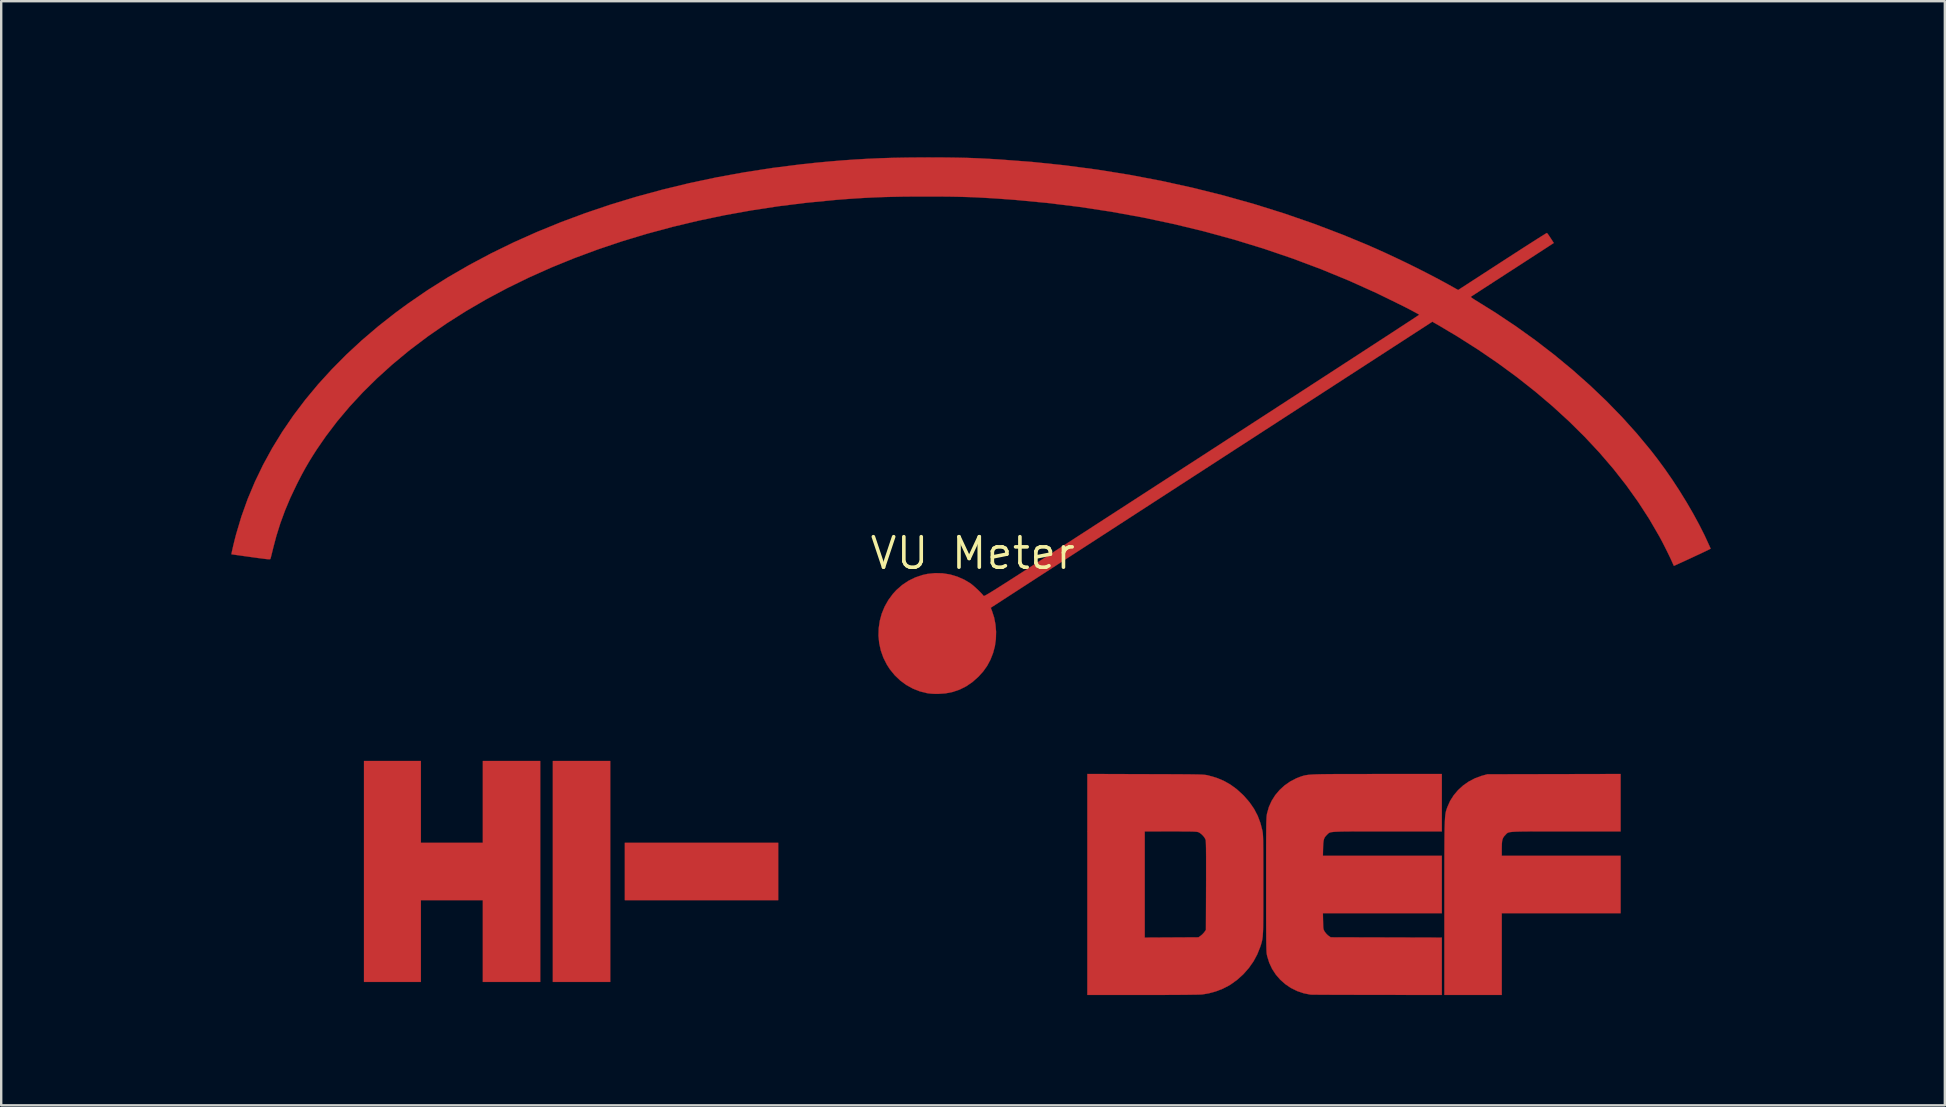
<source format=kicad_pcb>
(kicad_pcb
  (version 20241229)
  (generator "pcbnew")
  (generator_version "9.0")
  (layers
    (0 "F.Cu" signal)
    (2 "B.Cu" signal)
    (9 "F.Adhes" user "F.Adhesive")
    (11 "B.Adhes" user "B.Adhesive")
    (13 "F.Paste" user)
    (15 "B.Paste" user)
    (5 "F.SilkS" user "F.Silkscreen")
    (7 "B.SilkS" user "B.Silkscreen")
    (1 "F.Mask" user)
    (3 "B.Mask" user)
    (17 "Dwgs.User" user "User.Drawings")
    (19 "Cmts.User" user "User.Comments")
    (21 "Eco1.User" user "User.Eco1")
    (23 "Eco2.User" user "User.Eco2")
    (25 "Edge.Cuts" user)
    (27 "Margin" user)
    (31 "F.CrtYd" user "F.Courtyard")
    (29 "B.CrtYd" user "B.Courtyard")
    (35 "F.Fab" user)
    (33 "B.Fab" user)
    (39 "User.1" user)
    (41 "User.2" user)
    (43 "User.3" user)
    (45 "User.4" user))
  (footprint "VU Meter"
    (layer "F.Cu")
    (at 37.491 20.008)
    (property "Reference" "VU Meter" (at 0 0 0) (layer "F.SilkS") (effects (font (size 1.27 1.27) (thickness 0.15))))
    (attr through_hole)
    (fp_poly (pts (xy -15.108 17.865) (xy -17.5 17.865) (xy -17.5 8.657) (xy -15.108 8.657) (xy -15.108 17.865)) (stroke (width 0.01) (type solid)) (fill yes) (layer "F.Cu"))
    (fp_poly (pts (xy -8.108 14.457) (xy -14.5 14.457) (xy -14.5 12.065) (xy -8.108 12.065) (xy -8.108 14.457)) (stroke (width 0.01) (type solid)) (fill yes) (layer "F.Cu"))
    (fp_poly (pts (xy -23 12.065) (xy -20.418 12.065) (xy -20.418 8.657) (xy -18.026 8.657) (xy -18.026 17.865) (xy -20.418 17.865) (xy -20.418 14.457) (xy -23 14.457) (xy -23 17.865) (xy -25.371 17.865) (xy -25.371 8.657) (xy -23 8.657) (xy -23 12.065)) (stroke (width 0.01) (type solid)) (fill yes) (layer "F.Cu"))
    (fp_poly (pts (xy 27 11.592) (xy 24.712 11.592) (xy 24.345 11.592) (xy 24.018 11.592) (xy 23.728 11.592) (xy 23.473 11.592) (xy 23.251 11.593) (xy 23.059 11.594) (xy 22.895 11.596) (xy 22.757 11.599) (xy 22.641 11.602) (xy 22.546 11.607) (xy 22.469 11.613) (xy 22.408 11.62) (xy 22.36 11.629) (xy 22.323 11.639) (xy 22.294 11.651) (xy 22.272 11.666) (xy 22.252 11.682) (xy 22.235 11.7) (xy 22.216 11.721) (xy 22.2 11.737) (xy 22.145 11.797) (xy 22.105 11.857) (xy 22.078 11.924) (xy 22.06 12.007) (xy 22.051 12.114) (xy 22.048 12.253) (xy 22.047 12.296) (xy 22.047 12.608) (xy 27 12.608) (xy 27 15) (xy 22.047 15) (xy 22.047 18.408) (xy 19.655 18.408) (xy 19.655 14.783) (xy 19.655 14.309) (xy 19.655 13.876) (xy 19.655 13.481) (xy 19.656 13.122) (xy 19.656 12.798) (xy 19.657 12.506) (xy 19.658 12.245) (xy 19.659 12.013) (xy 19.661 11.807) (xy 19.663 11.625) (xy 19.666 11.467) (xy 19.67 11.329) (xy 19.674 11.21) (xy 19.679 11.108) (xy 19.684 11.021) (xy 19.691 10.946) (xy 19.698 10.882) (xy 19.706 10.828) (xy 19.716 10.78) (xy 19.726 10.737) (xy 19.738 10.698) (xy 19.751 10.659) (xy 19.765 10.62) (xy 19.78 10.578) (xy 19.782 10.573) (xy 19.895 10.32) (xy 20.045 10.084) (xy 20.227 9.869) (xy 20.438 9.677) (xy 20.673 9.512) (xy 20.93 9.378) (xy 21.202 9.278) (xy 21.235 9.269) (xy 21.444 9.211) (xy 27 9.199) (xy 27 11.592)) (stroke (width 0.01) (type solid)) (fill yes) (layer "F.Cu"))
    (fp_poly (pts (xy 7.193 9.206) (xy 7.565 9.207) (xy 7.896 9.208) (xy 8.19 9.209) (xy 8.449 9.21) (xy 8.676 9.211) (xy 8.872 9.213) (xy 9.042 9.214) (xy 9.186 9.216) (xy 9.308 9.218) (xy 9.41 9.22) (xy 9.495 9.223) (xy 9.564 9.226) (xy 9.621 9.23) (xy 9.668 9.234) (xy 9.707 9.239) (xy 9.741 9.244) (xy 9.773 9.25) (xy 9.804 9.257) (xy 9.817 9.26) (xy 10.144 9.353) (xy 10.448 9.477) (xy 10.732 9.636) (xy 11.001 9.832) (xy 11.259 10.067) (xy 11.306 10.114) (xy 11.534 10.377) (xy 11.723 10.65) (xy 11.874 10.938) (xy 11.99 11.245) (xy 12.071 11.56) (xy 12.077 11.594) (xy 12.083 11.631) (xy 12.088 11.673) (xy 12.092 11.722) (xy 12.096 11.783) (xy 12.099 11.856) (xy 12.102 11.946) (xy 12.104 12.055) (xy 12.105 12.185) (xy 12.107 12.339) (xy 12.108 12.52) (xy 12.108 12.73) (xy 12.109 12.973) (xy 12.109 13.251) (xy 12.109 13.567) (xy 12.109 13.815) (xy 12.109 14.167) (xy 12.109 14.479) (xy 12.109 14.755) (xy 12.108 14.997) (xy 12.107 15.208) (xy 12.105 15.39) (xy 12.103 15.547) (xy 12.1 15.682) (xy 12.095 15.796) (xy 12.089 15.894) (xy 12.083 15.977) (xy 12.074 16.048) (xy 12.064 16.111) (xy 12.052 16.168) (xy 12.039 16.222) (xy 12.023 16.276) (xy 12.005 16.332) (xy 11.985 16.394) (xy 11.98 16.408) (xy 11.858 16.715) (xy 11.699 17.01) (xy 11.504 17.287) (xy 11.279 17.542) (xy 11.026 17.772) (xy 10.75 17.971) (xy 10.678 18.015) (xy 10.416 18.15) (xy 10.131 18.26) (xy 9.835 18.341) (xy 9.569 18.386) (xy 9.516 18.389) (xy 9.422 18.393) (xy 9.289 18.396) (xy 9.119 18.398) (xy 8.913 18.401) (xy 8.673 18.403) (xy 8.401 18.405) (xy 8.099 18.406) (xy 7.768 18.407) (xy 7.41 18.407) (xy 7.077 18.408) (xy 4.775 18.408) (xy 4.775 16.017) (xy 7.167 16.017) (xy 8.287 16.011) (xy 9.407 16.005) (xy 9.498 15.941) (xy 9.568 15.882) (xy 9.634 15.811) (xy 9.653 15.786) (xy 9.717 15.695) (xy 9.724 13.86) (xy 9.725 13.503) (xy 9.725 13.186) (xy 9.725 12.908) (xy 9.725 12.669) (xy 9.723 12.466) (xy 9.722 12.298) (xy 9.719 12.165) (xy 9.716 12.063) (xy 9.712 11.993) (xy 9.708 11.952) (xy 9.706 11.945) (xy 9.668 11.865) (xy 9.604 11.779) (xy 9.524 11.701) (xy 9.442 11.642) (xy 9.421 11.632) (xy 9.4 11.623) (xy 9.374 11.616) (xy 9.341 11.61) (xy 9.297 11.605) (xy 9.237 11.601) (xy 9.159 11.598) (xy 9.058 11.596) (xy 8.931 11.594) (xy 8.774 11.594) (xy 8.584 11.593) (xy 8.357 11.593) (xy 8.252 11.593) (xy 7.167 11.592) (xy 7.167 16.017) (xy 4.775 16.017) (xy 4.775 9.198) (xy 7.193 9.206)) (stroke (width 0.01) (type solid)) (fill yes) (layer "F.Cu"))
    (fp_poly (pts (xy 19.549 11.592) (xy 17.273 11.592) (xy 16.906 11.592) (xy 16.58 11.592) (xy 16.29 11.592) (xy 16.036 11.592) (xy 15.814 11.593) (xy 15.623 11.594) (xy 15.459 11.596) (xy 15.32 11.599) (xy 15.205 11.603) (xy 15.11 11.607) (xy 15.033 11.613) (xy 14.972 11.62) (xy 14.924 11.628) (xy 14.887 11.638) (xy 14.858 11.65) (xy 14.836 11.664) (xy 14.816 11.679) (xy 14.798 11.696) (xy 14.779 11.716) (xy 14.769 11.726) (xy 14.712 11.785) (xy 14.67 11.842) (xy 14.64 11.906) (xy 14.621 11.984) (xy 14.609 12.085) (xy 14.602 12.216) (xy 14.6 12.285) (xy 14.593 12.608) (xy 19.549 12.608) (xy 19.549 15) (xy 14.593 15) (xy 14.6 15.335) (xy 14.603 15.461) (xy 14.606 15.554) (xy 14.611 15.62) (xy 14.62 15.668) (xy 14.633 15.706) (xy 14.652 15.742) (xy 14.671 15.774) (xy 14.726 15.847) (xy 14.793 15.915) (xy 14.826 15.941) (xy 14.917 16.005) (xy 17.233 16.011) (xy 19.549 16.017) (xy 19.549 18.408) (xy 16.845 18.405) (xy 16.509 18.404) (xy 16.184 18.404) (xy 15.873 18.403) (xy 15.578 18.402) (xy 15.302 18.401) (xy 15.047 18.401) (xy 14.816 18.4) (xy 14.612 18.399) (xy 14.436 18.398) (xy 14.293 18.397) (xy 14.184 18.396) (xy 14.111 18.395) (xy 14.079 18.394) (xy 14.078 18.394) (xy 13.789 18.337) (xy 13.515 18.244) (xy 13.26 18.117) (xy 13.025 17.958) (xy 12.814 17.771) (xy 12.63 17.558) (xy 12.476 17.322) (xy 12.356 17.066) (xy 12.271 16.792) (xy 12.256 16.718) (xy 12.251 16.689) (xy 12.247 16.65) (xy 12.244 16.597) (xy 12.24 16.53) (xy 12.238 16.446) (xy 12.235 16.343) (xy 12.233 16.218) (xy 12.231 16.07) (xy 12.23 15.897) (xy 12.229 15.696) (xy 12.228 15.465) (xy 12.227 15.203) (xy 12.226 14.907) (xy 12.226 14.575) (xy 12.226 14.204) (xy 12.226 13.797) (xy 12.226 13.397) (xy 12.226 13.037) (xy 12.226 12.715) (xy 12.227 12.428) (xy 12.227 12.175) (xy 12.228 11.953) (xy 12.229 11.759) (xy 12.23 11.591) (xy 12.231 11.447) (xy 12.233 11.326) (xy 12.235 11.223) (xy 12.238 11.138) (xy 12.241 11.068) (xy 12.244 11.01) (xy 12.248 10.962) (xy 12.252 10.923) (xy 12.257 10.889) (xy 12.262 10.859) (xy 12.266 10.84) (xy 12.342 10.572) (xy 12.457 10.317) (xy 12.606 10.081) (xy 12.788 9.865) (xy 12.998 9.673) (xy 13.234 9.509) (xy 13.493 9.375) (xy 13.654 9.313) (xy 13.701 9.297) (xy 13.745 9.283) (xy 13.789 9.27) (xy 13.836 9.259) (xy 13.887 9.249) (xy 13.946 9.24) (xy 14.013 9.232) (xy 14.093 9.225) (xy 14.186 9.22) (xy 14.295 9.215) (xy 14.424 9.211) (xy 14.573 9.208) (xy 14.746 9.206) (xy 14.944 9.204) (xy 15.17 9.202) (xy 15.426 9.202) (xy 15.715 9.201) (xy 16.039 9.201) (xy 16.401 9.201) (xy 16.801 9.2) (xy 16.877 9.2) (xy 19.549 9.2) (xy 19.549 11.592)) (stroke (width 0.01) (type solid)) (fill yes) (layer "F.Cu"))
    (fp_poly (pts (xy -1.482 -16.496) (xy -1.137 -16.494) (xy -0.819 -16.49) (xy -0.52 -16.485) (xy -0.234 -16.478) (xy 0.047 -16.468) (xy 0.331 -16.456) (xy 0.624 -16.441) (xy 0.936 -16.423) (xy 1.101 -16.413) (xy 2.466 -16.31) (xy 3.824 -16.169) (xy 5.173 -15.991) (xy 6.512 -15.776) (xy 7.838 -15.524) (xy 9.15 -15.236) (xy 10.447 -14.913) (xy 11.726 -14.554) (xy 12.985 -14.16) (xy 14.224 -13.731) (xy 15.439 -13.268) (xy 16.403 -12.87) (xy 16.792 -12.7) (xy 17.202 -12.515) (xy 17.624 -12.318) (xy 18.051 -12.114) (xy 18.474 -11.906) (xy 18.885 -11.698) (xy 19.276 -11.495) (xy 19.64 -11.3) (xy 19.815 -11.204) (xy 20.23 -10.972) (xy 22.069 -12.164) (xy 22.322 -12.328) (xy 22.564 -12.484) (xy 22.795 -12.633) (xy 23.011 -12.772) (xy 23.21 -12.899) (xy 23.39 -13.014) (xy 23.547 -13.114) (xy 23.681 -13.199) (xy 23.789 -13.266) (xy 23.867 -13.314) (xy 23.915 -13.342) (xy 23.928 -13.349) (xy 23.948 -13.33) (xy 23.984 -13.282) (xy 24.032 -13.213) (xy 24.082 -13.137) (xy 24.215 -12.932) (xy 23.913 -12.735) (xy 23.847 -12.692) (xy 23.748 -12.628) (xy 23.621 -12.546) (xy 23.469 -12.447) (xy 23.295 -12.334) (xy 23.103 -12.21) (xy 22.897 -12.076) (xy 22.679 -11.935) (xy 22.453 -11.789) (xy 22.223 -11.641) (xy 22.193 -11.621) (xy 21.972 -11.478) (xy 21.76 -11.341) (xy 21.562 -11.212) (xy 21.379 -11.094) (xy 21.214 -10.987) (xy 21.071 -10.894) (xy 20.951 -10.816) (xy 20.857 -10.755) (xy 20.793 -10.713) (xy 20.761 -10.691) (xy 20.757 -10.689) (xy 20.767 -10.672) (xy 20.806 -10.64) (xy 20.869 -10.597) (xy 20.927 -10.561) (xy 21.794 -10.022) (xy 22.636 -9.459) (xy 23.451 -8.875) (xy 24.237 -8.27) (xy 24.992 -7.646) (xy 25.715 -7.005) (xy 26.405 -6.348) (xy 27.059 -5.676) (xy 27.675 -4.992) (xy 28.253 -4.295) (xy 28.515 -3.958) (xy 28.835 -3.524) (xy 29.15 -3.071) (xy 29.455 -2.604) (xy 29.747 -2.131) (xy 30.021 -1.659) (xy 30.274 -1.193) (xy 30.502 -0.741) (xy 30.685 -0.344) (xy 30.753 -0.19) (xy 30.668 -0.147) (xy 30.617 -0.122) (xy 30.538 -0.084) (xy 30.435 -0.035) (xy 30.315 0.022) (xy 30.181 0.084) (xy 30.039 0.15) (xy 29.894 0.218) (xy 29.75 0.284) (xy 29.615 0.347) (xy 29.491 0.403) (xy 29.385 0.452) (xy 29.301 0.49) (xy 29.245 0.515) (xy 29.221 0.524) (xy 29.22 0.524) (xy 29.21 0.504) (xy 29.187 0.453) (xy 29.155 0.382) (xy 29.136 0.339) (xy 29.077 0.21) (xy 29.002 0.054) (xy 28.918 -0.117) (xy 28.829 -0.294) (xy 28.741 -0.466) (xy 28.658 -0.622) (xy 28.611 -0.709) (xy 28.192 -1.429) (xy 27.733 -2.138) (xy 27.234 -2.836) (xy 26.696 -3.521) (xy 26.119 -4.193) (xy 25.504 -4.852) (xy 24.852 -5.497) (xy 24.164 -6.127) (xy 23.439 -6.742) (xy 22.68 -7.341) (xy 21.885 -7.924) (xy 21.057 -8.489) (xy 20.195 -9.037) (xy 19.478 -9.464) (xy 19.154 -9.651) (xy 9.952 -3.69) (xy 0.749 2.272) (xy 0.8 2.398) (xy 0.89 2.674) (xy 0.947 2.968) (xy 0.972 3.272) (xy 0.964 3.578) (xy 0.922 3.876) (xy 0.847 4.157) (xy 0.737 4.437) (xy 0.603 4.688) (xy 0.44 4.919) (xy 0.242 5.14) (xy 0.235 5.146) (xy -0.009 5.364) (xy -0.269 5.542) (xy -0.544 5.681) (xy -0.834 5.78) (xy -1.14 5.84) (xy -1.463 5.861) (xy -1.5 5.861) (xy -1.618 5.858) (xy -1.739 5.85) (xy -1.846 5.839) (xy -1.901 5.831) (xy -2.207 5.755) (xy -2.498 5.64) (xy -2.771 5.488) (xy -3.024 5.302) (xy -3.252 5.084) (xy -3.454 4.836) (xy -3.579 4.643) (xy -3.725 4.354) (xy -3.831 4.055) (xy -3.899 3.747) (xy -3.929 3.436) (xy -3.92 3.125) (xy -3.875 2.817) (xy -3.793 2.516) (xy -3.674 2.226) (xy -3.519 1.951) (xy -3.329 1.694) (xy -3.182 1.533) (xy -2.943 1.323) (xy -2.68 1.147) (xy -2.398 1.008) (xy -2.1 0.907) (xy -1.885 0.86) (xy -1.569 0.827) (xy -1.255 0.835) (xy -0.945 0.884) (xy -0.642 0.974) (xy -0.351 1.102) (xy -0.104 1.249) (xy -0.039 1.299) (xy 0.044 1.368) (xy 0.135 1.45) (xy 0.229 1.538) (xy 0.316 1.623) (xy 0.388 1.699) (xy 0.438 1.758) (xy 0.449 1.773) (xy 0.452 1.777) (xy 0.455 1.779) (xy 0.461 1.78) (xy 0.469 1.779) (xy 0.481 1.776) (xy 0.497 1.769) (xy 0.519 1.759) (xy 0.547 1.744) (xy 0.583 1.724) (xy 0.627 1.698) (xy 0.68 1.667) (xy 0.743 1.629) (xy 0.817 1.583) (xy 0.903 1.53) (xy 1.002 1.468) (xy 1.114 1.397) (xy 1.241 1.316) (xy 1.384 1.226) (xy 1.543 1.124) (xy 1.719 1.011) (xy 1.914 0.886) (xy 2.128 0.749) (xy 2.362 0.598) (xy 2.616 0.434) (xy 2.893 0.255) (xy 3.193 0.062) (xy 3.516 -0.147) (xy 3.864 -0.372) (xy 4.237 -0.613) (xy 4.637 -0.872) (xy 5.065 -1.149) (xy 5.52 -1.444) (xy 6.005 -1.758) (xy 6.52 -2.091) (xy 7.066 -2.445) (xy 7.644 -2.819) (xy 8.254 -3.214) (xy 8.899 -3.632) (xy 9.545 -4.05) (xy 10.111 -4.417) (xy 10.667 -4.778) (xy 11.214 -5.132) (xy 11.75 -5.48) (xy 12.274 -5.819) (xy 12.784 -6.15) (xy 13.28 -6.472) (xy 13.761 -6.784) (xy 14.226 -7.086) (xy 14.673 -7.376) (xy 15.102 -7.655) (xy 15.511 -7.92) (xy 15.9 -8.173) (xy 16.267 -8.412) (xy 16.612 -8.636) (xy 16.933 -8.845) (xy 17.229 -9.037) (xy 17.499 -9.213) (xy 17.743 -9.372) (xy 17.958 -9.513) (xy 18.145 -9.635) (xy 18.302 -9.737) (xy 18.427 -9.82) (xy 18.52 -9.881) (xy 18.581 -9.922) (xy 18.607 -9.94) (xy 18.608 -9.941) (xy 18.589 -9.954) (xy 18.537 -9.985) (xy 18.456 -10.029) (xy 18.35 -10.086) (xy 18.224 -10.153) (xy 18.081 -10.227) (xy 17.955 -10.292) (xy 16.837 -10.84) (xy 15.694 -11.355) (xy 14.526 -11.836) (xy 13.335 -12.283) (xy 12.123 -12.696) (xy 10.889 -13.074) (xy 9.636 -13.417) (xy 8.364 -13.725) (xy 7.075 -13.998) (xy 5.769 -14.235) (xy 4.447 -14.436) (xy 3.111 -14.6) (xy 1.763 -14.728) (xy 0.995 -14.784) (xy 0.697 -14.802) (xy 0.418 -14.818) (xy 0.15 -14.832) (xy -0.113 -14.843) (xy -0.377 -14.851) (xy -0.651 -14.858) (xy -0.939 -14.863) (xy -1.249 -14.866) (xy -1.587 -14.868) (xy -1.961 -14.868) (xy -1.99 -14.868) (xy -2.468 -14.867) (xy -2.912 -14.863) (xy -3.329 -14.855) (xy -3.725 -14.845) (xy -4.109 -14.83) (xy -4.488 -14.812) (xy -4.869 -14.789) (xy -5.26 -14.762) (xy -5.669 -14.73) (xy -5.779 -14.72) (xy -6.945 -14.606) (xy -8.095 -14.463) (xy -9.229 -14.29) (xy -10.346 -14.089) (xy -11.443 -13.859) (xy -12.521 -13.601) (xy -13.577 -13.316) (xy -14.61 -13.004) (xy -15.619 -12.665) (xy -16.604 -12.3) (xy -17.562 -11.91) (xy -18.493 -11.494) (xy -19.396 -11.053) (xy -20.268 -10.588) (xy -21.11 -10.098) (xy -21.919 -9.585) (xy -22.695 -9.049) (xy -23.436 -8.491) (xy -23.548 -8.402) (xy -24.211 -7.85) (xy -24.838 -7.282) (xy -25.427 -6.7) (xy -25.978 -6.104) (xy -26.491 -5.495) (xy -26.963 -4.873) (xy -27.338 -4.329) (xy -27.511 -4.059) (xy -27.668 -3.804) (xy -27.815 -3.551) (xy -27.959 -3.288) (xy -28.107 -3.003) (xy -28.18 -2.857) (xy -28.439 -2.313) (xy -28.663 -1.78) (xy -28.857 -1.252) (xy -29.024 -0.719) (xy -29.147 -0.254) (xy -29.18 -0.12) (xy -29.21 0.002) (xy -29.236 0.105) (xy -29.256 0.182) (xy -29.268 0.227) (xy -29.271 0.235) (xy -29.278 0.243) (xy -29.294 0.248) (xy -29.323 0.25) (xy -29.369 0.248) (xy -29.436 0.242) (xy -29.528 0.231) (xy -29.648 0.216) (xy -29.8 0.196) (xy -29.989 0.17) (xy -30.088 0.156) (xy -30.268 0.131) (xy -30.433 0.108) (xy -30.58 0.087) (xy -30.704 0.07) (xy -30.801 0.056) (xy -30.866 0.047) (xy -30.895 0.043) (xy -30.896 0.043) (xy -30.894 0.023) (xy -30.884 -0.032) (xy -30.866 -0.114) (xy -30.843 -0.217) (xy -30.816 -0.334) (xy -30.786 -0.458) (xy -30.755 -0.584) (xy -30.724 -0.703) (xy -30.703 -0.785) (xy -30.482 -1.526) (xy -30.22 -2.258) (xy -29.918 -2.978) (xy -29.576 -3.687) (xy -29.195 -4.384) (xy -28.774 -5.069) (xy -28.315 -5.741) (xy -27.817 -6.399) (xy -27.282 -7.042) (xy -26.709 -7.671) (xy -26.1 -8.285) (xy -25.454 -8.883) (xy -24.772 -9.464) (xy -24.054 -10.028) (xy -23.537 -10.407) (xy -22.721 -10.966) (xy -21.872 -11.501) (xy -20.989 -12.011) (xy -20.076 -12.497) (xy -19.133 -12.957) (xy -18.161 -13.391) (xy -17.162 -13.799) (xy -16.137 -14.18) (xy -15.088 -14.534) (xy -14.015 -14.86) (xy -12.921 -15.157) (xy -11.806 -15.427) (xy -10.672 -15.667) (xy -9.52 -15.877) (xy -8.351 -16.058) (xy -7.168 -16.208) (xy -6.53 -16.276) (xy -5.964 -16.329) (xy -5.421 -16.374) (xy -4.891 -16.411) (xy -4.367 -16.441) (xy -3.838 -16.464) (xy -3.298 -16.481) (xy -2.737 -16.491) (xy -2.146 -16.496) (xy -1.863 -16.497) (xy -1.482 -16.496)) (stroke (width 0.01) (type solid)) (fill yes) (layer "F.Cu"))
    (fp_poly (pts (xy 37.507 -12.314) (xy 37.507 -4.625) (xy 27.771 5.112) (xy 27.771 20.003) (xy -27.75 20.003) (xy -27.75 5.112) (xy -37.486 -4.625) (xy -37.486 -20.003) (xy 37.507 -20.003) (xy 37.507 -12.314)) (stroke (width 0.01) (type solid)) (fill yes) (layer "F.Mask")))
  (gr_rect
    (start -3 -3)
    (end 78.004 43.015)
    (stroke (width 0.1) (type default))
    (fill no)
    (layer "Edge.Cuts")))
</source>
